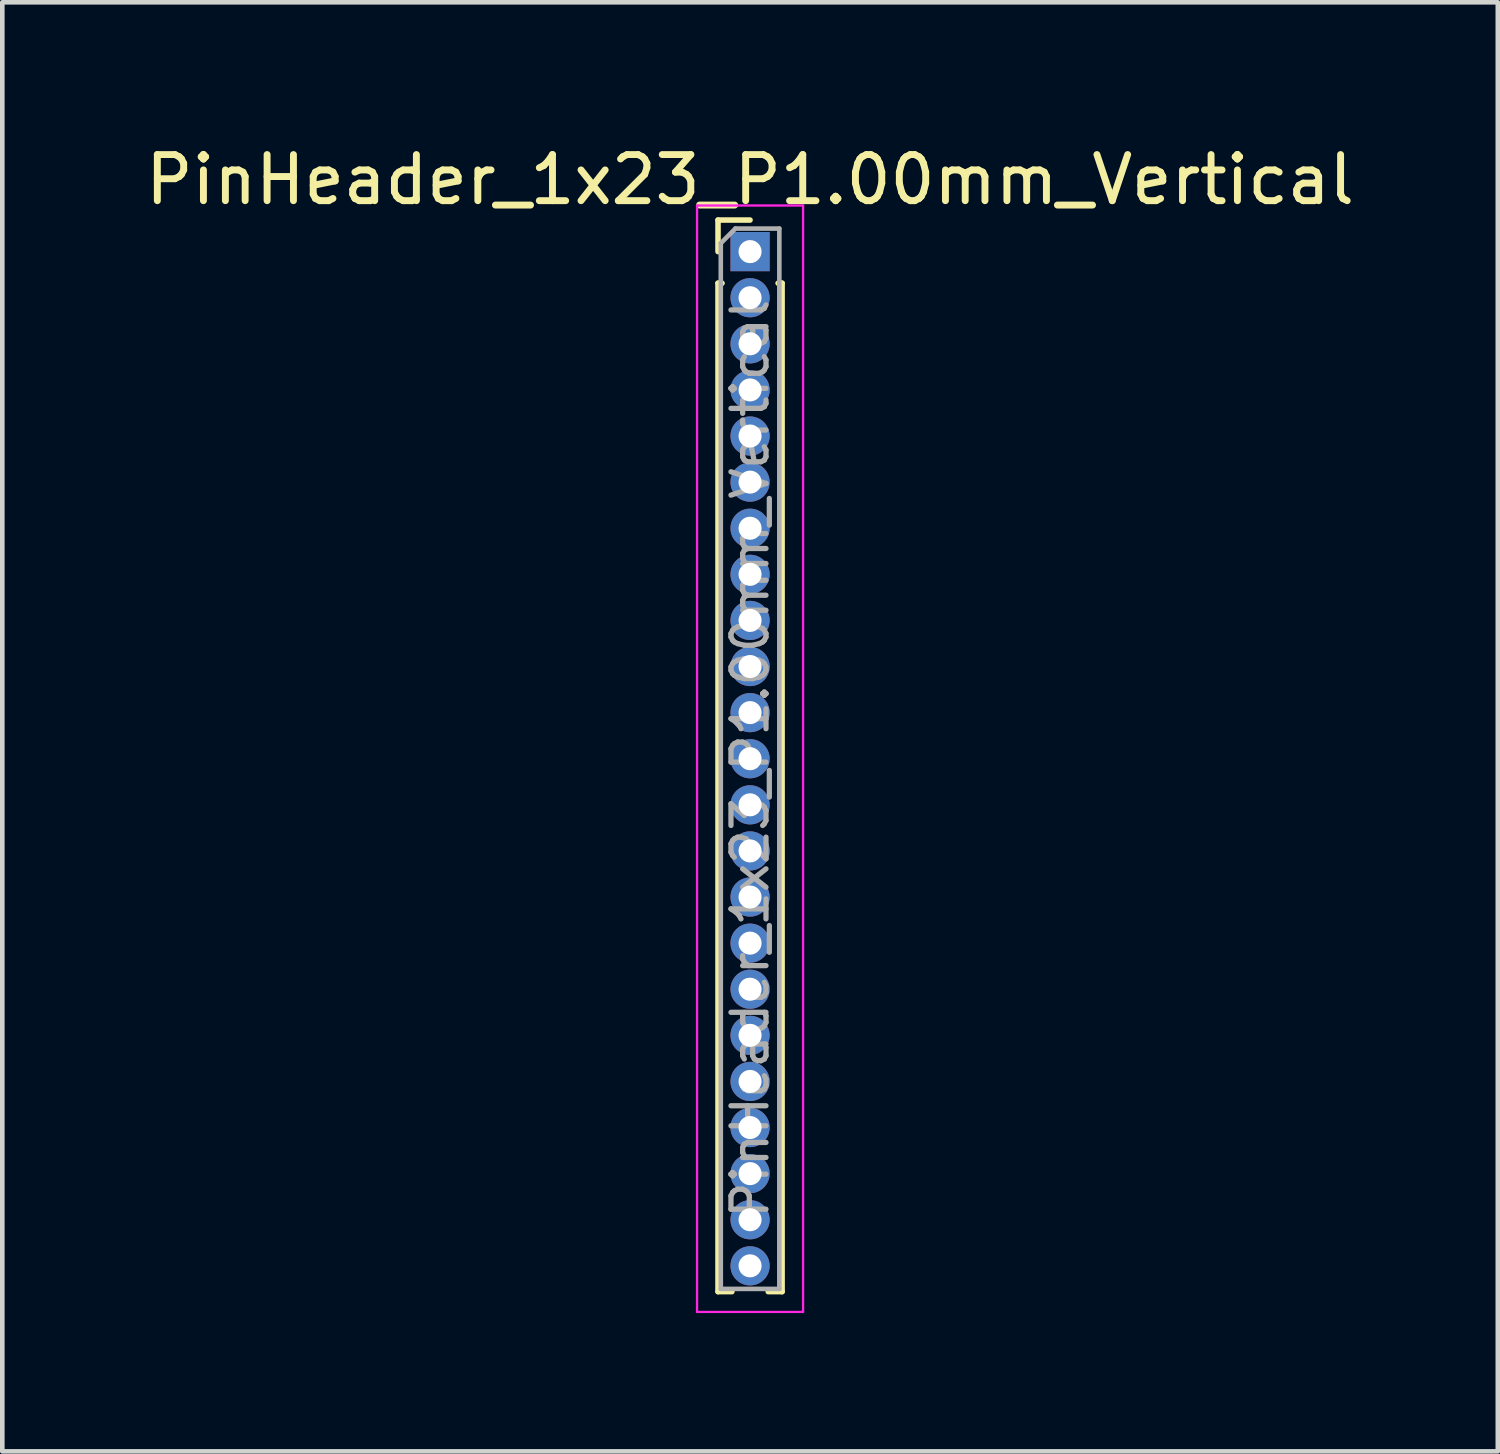
<source format=kicad_pcb>
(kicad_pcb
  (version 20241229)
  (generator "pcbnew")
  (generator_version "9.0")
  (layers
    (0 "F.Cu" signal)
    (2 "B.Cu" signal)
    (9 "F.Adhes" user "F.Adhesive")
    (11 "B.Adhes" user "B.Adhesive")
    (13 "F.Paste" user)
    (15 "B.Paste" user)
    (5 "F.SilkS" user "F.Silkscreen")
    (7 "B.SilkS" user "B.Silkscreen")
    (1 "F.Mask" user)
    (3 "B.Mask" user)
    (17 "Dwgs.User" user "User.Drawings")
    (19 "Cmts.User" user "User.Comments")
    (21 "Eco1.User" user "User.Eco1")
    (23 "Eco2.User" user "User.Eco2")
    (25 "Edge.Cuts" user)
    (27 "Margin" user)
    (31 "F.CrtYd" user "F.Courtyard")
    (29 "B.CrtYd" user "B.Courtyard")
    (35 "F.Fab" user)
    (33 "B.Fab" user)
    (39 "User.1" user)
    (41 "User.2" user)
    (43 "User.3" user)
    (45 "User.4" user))
  (footprint "PinHeader_1x23_P1.00mm_Vertical"
    (layer "F.Cu")
    (at 13.22 2.408)
    (property "Reference" "PinHeader_1x23_P1.00mm_Vertical" (at 0 -1.56 0) (layer "F.SilkS") (effects (font (size 1 1) (thickness 0.15))))
    (attr through_hole)
    (fp_line (start -0.695 -0.685) (end 0 -0.685) (stroke (width 0.12) (type solid)) (layer "F.SilkS"))
    (fp_line (start -0.695 0) (end -0.695 -0.685) (stroke (width 0.12) (type solid)) (layer "F.SilkS"))
    (fp_line (start -0.695 0.685) (end -0.695 22.56) (stroke (width 0.12) (type solid)) (layer "F.SilkS"))
    (fp_line (start -0.695 0.685) (end -0.608 0.685) (stroke (width 0.12) (type solid)) (layer "F.SilkS"))
    (fp_line (start -0.695 22.56) (end -0.394 22.56) (stroke (width 0.12) (type solid)) (layer "F.SilkS"))
    (fp_line (start 0.394 22.56) (end 0.695 22.56) (stroke (width 0.12) (type solid)) (layer "F.SilkS"))
    (fp_line (start 0.608 0.685) (end 0.695 0.685) (stroke (width 0.12) (type solid)) (layer "F.SilkS"))
    (fp_line (start 0.695 0.685) (end 0.695 22.56) (stroke (width 0.12) (type solid)) (layer "F.SilkS"))
    (fp_line (start -1.15 -1) (end -1.15 23) (stroke (width 0.05) (type solid)) (layer "F.CrtYd"))
    (fp_line (start -1.15 23) (end 1.15 23) (stroke (width 0.05) (type solid)) (layer "F.CrtYd"))
    (fp_line (start 1.15 -1) (end -1.15 -1) (stroke (width 0.05) (type solid)) (layer "F.CrtYd"))
    (fp_line (start 1.15 23) (end 1.15 -1) (stroke (width 0.05) (type solid)) (layer "F.CrtYd"))
    (fp_line (start -0.635 -0.182) (end -0.318 -0.5) (stroke (width 0.1) (type solid)) (layer "F.Fab"))
    (fp_line (start -0.635 22.5) (end -0.635 -0.182) (stroke (width 0.1) (type solid)) (layer "F.Fab"))
    (fp_line (start -0.318 -0.5) (end 0.635 -0.5) (stroke (width 0.1) (type solid)) (layer "F.Fab"))
    (fp_line (start 0.635 -0.5) (end 0.635 22.5) (stroke (width 0.1) (type solid)) (layer "F.Fab"))
    (fp_line (start 0.635 22.5) (end -0.635 22.5) (stroke (width 0.1) (type solid)) (layer "F.Fab"))
    (fp_text user "${REFERENCE}" (at 0 11 90) (layer "F.Fab") (effects (font (size 0.76 0.76) (thickness 0.114))))
    (pad "1" thru_hole rect (at 0 0) (size 0.85 0.85) (drill 0.5) (layers "*.Cu" "*.Mask"))
    (pad "2" thru_hole oval (at 0 1) (size 0.85 0.85) (drill 0.5) (layers "*.Cu" "*.Mask"))
    (pad "3" thru_hole oval (at 0 2) (size 0.85 0.85) (drill 0.5) (layers "*.Cu" "*.Mask"))
    (pad "4" thru_hole oval (at 0 3) (size 0.85 0.85) (drill 0.5) (layers "*.Cu" "*.Mask"))
    (pad "5" thru_hole oval (at 0 4) (size 0.85 0.85) (drill 0.5) (layers "*.Cu" "*.Mask"))
    (pad "6" thru_hole oval (at 0 5) (size 0.85 0.85) (drill 0.5) (layers "*.Cu" "*.Mask"))
    (pad "7" thru_hole oval (at 0 6) (size 0.85 0.85) (drill 0.5) (layers "*.Cu" "*.Mask"))
    (pad "8" thru_hole oval (at 0 7) (size 0.85 0.85) (drill 0.5) (layers "*.Cu" "*.Mask"))
    (pad "9" thru_hole oval (at 0 8) (size 0.85 0.85) (drill 0.5) (layers "*.Cu" "*.Mask"))
    (pad "10" thru_hole oval (at 0 9) (size 0.85 0.85) (drill 0.5) (layers "*.Cu" "*.Mask"))
    (pad "11" thru_hole oval (at 0 10) (size 0.85 0.85) (drill 0.5) (layers "*.Cu" "*.Mask"))
    (pad "12" thru_hole oval (at 0 11) (size 0.85 0.85) (drill 0.5) (layers "*.Cu" "*.Mask"))
    (pad "13" thru_hole oval (at 0 12) (size 0.85 0.85) (drill 0.5) (layers "*.Cu" "*.Mask"))
    (pad "14" thru_hole oval (at 0 13) (size 0.85 0.85) (drill 0.5) (layers "*.Cu" "*.Mask"))
    (pad "15" thru_hole oval (at 0 14) (size 0.85 0.85) (drill 0.5) (layers "*.Cu" "*.Mask"))
    (pad "16" thru_hole oval (at 0 15) (size 0.85 0.85) (drill 0.5) (layers "*.Cu" "*.Mask"))
    (pad "17" thru_hole oval (at 0 16) (size 0.85 0.85) (drill 0.5) (layers "*.Cu" "*.Mask"))
    (pad "18" thru_hole oval (at 0 17) (size 0.85 0.85) (drill 0.5) (layers "*.Cu" "*.Mask"))
    (pad "19" thru_hole oval (at 0 18) (size 0.85 0.85) (drill 0.5) (layers "*.Cu" "*.Mask"))
    (pad "20" thru_hole oval (at 0 19) (size 0.85 0.85) (drill 0.5) (layers "*.Cu" "*.Mask"))
    (pad "21" thru_hole oval (at 0 20) (size 0.85 0.85) (drill 0.5) (layers "*.Cu" "*.Mask"))
    (pad "22" thru_hole oval (at 0 21) (size 0.85 0.85) (drill 0.5) (layers "*.Cu" "*.Mask"))
    (pad "23" thru_hole oval (at 0 22) (size 0.85 0.85) (drill 0.5) (layers "*.Cu" "*.Mask")))
  (gr_rect
    (start -3 -3)
    (end 29.44 28.433)
    (stroke (width 0.1) (type default))
    (fill no)
    (layer "Edge.Cuts")))
</source>
